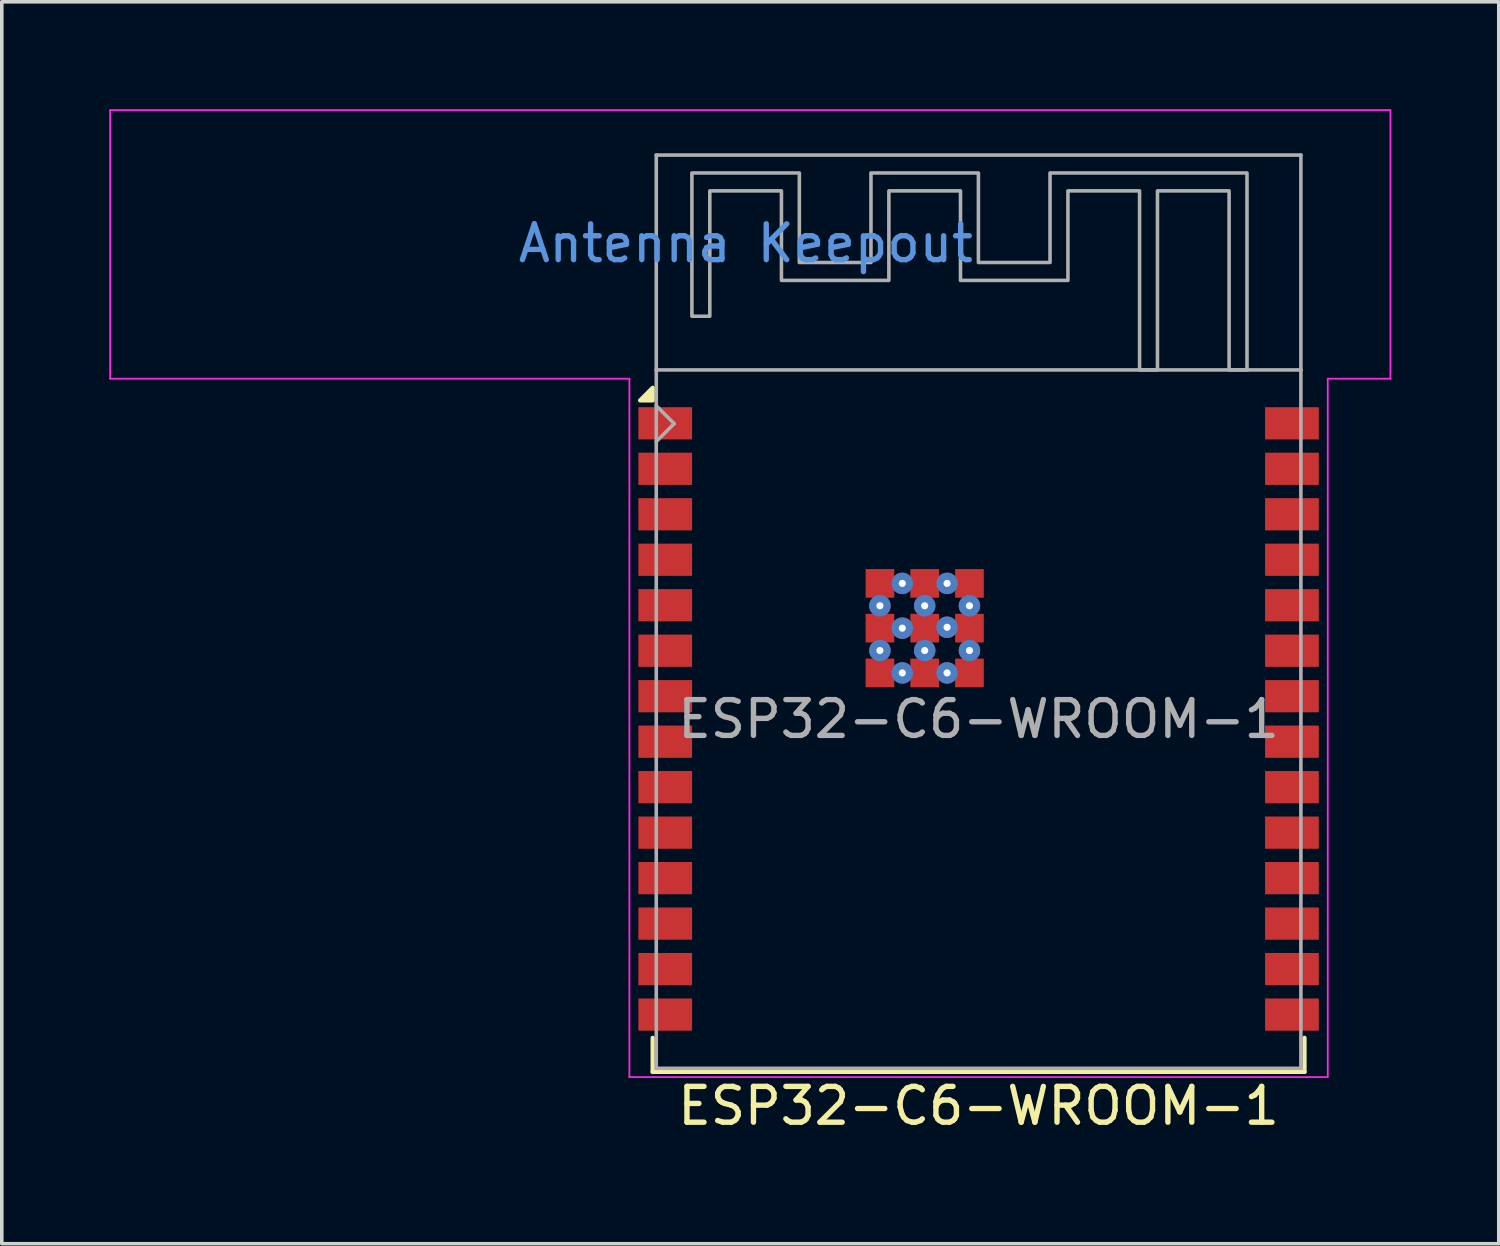
<source format=kicad_pcb>
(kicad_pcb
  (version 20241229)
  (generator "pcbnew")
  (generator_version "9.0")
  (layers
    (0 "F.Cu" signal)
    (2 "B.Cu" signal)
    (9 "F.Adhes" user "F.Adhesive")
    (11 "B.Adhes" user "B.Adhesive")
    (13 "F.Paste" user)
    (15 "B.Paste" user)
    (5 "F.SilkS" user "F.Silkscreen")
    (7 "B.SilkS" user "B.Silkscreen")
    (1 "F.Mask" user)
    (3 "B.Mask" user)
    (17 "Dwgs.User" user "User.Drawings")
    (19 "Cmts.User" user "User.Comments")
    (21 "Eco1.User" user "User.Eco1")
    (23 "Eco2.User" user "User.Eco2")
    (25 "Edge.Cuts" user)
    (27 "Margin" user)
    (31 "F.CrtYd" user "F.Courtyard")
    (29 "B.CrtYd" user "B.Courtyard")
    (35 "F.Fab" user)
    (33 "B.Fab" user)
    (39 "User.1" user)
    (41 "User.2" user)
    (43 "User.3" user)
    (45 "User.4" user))
  (footprint "ESP32-C6-WROOM-1"
    (layer "F.Cu")
    (at 24.275 17.025)
    (property "Reference" "ESP32-C6-WROOM-1" (at 0 10.805 0) (unlocked yes) (layer "F.SilkS") (effects (font (size 1 1) (thickness 0.15))))
    (attr smd)
    (fp_line (start -9.1 8.905) (end -9.1 9.855) (stroke (width 0.12) (type solid)) (layer "F.SilkS"))
    (fp_line (start -9.1 9.855) (end 9.1 9.855) (stroke (width 0.12) (type solid)) (layer "F.SilkS"))
    (fp_line (start 9.1 9.855) (end 9.1 8.905) (stroke (width 0.12) (type solid)) (layer "F.SilkS"))
    (fp_poly (pts (xy -9.1 -8.895) (xy -9.45 -8.895) (xy -9.1 -9.245)) (stroke (width 0.12) (type solid)) (fill yes) (layer "F.SilkS"))
    (fp_line (start -24.25 -17) (end -24.25 -9.5) (stroke (width 0.05) (type default)) (layer "F.CrtYd"))
    (fp_line (start -24.25 -17) (end 11.5 -17) (stroke (width 0.05) (type default)) (layer "F.CrtYd"))
    (fp_line (start -24.25 -9.5) (end -9.75 -9.5) (stroke (width 0.05) (type default)) (layer "F.CrtYd"))
    (fp_line (start -9.75 -9.5) (end -9.75 10) (stroke (width 0.05) (type default)) (layer "F.CrtYd"))
    (fp_line (start -9.75 10) (end 9.75 10) (stroke (width 0.05) (type default)) (layer "F.CrtYd"))
    (fp_line (start 9.75 -9.5) (end 9.75 10) (stroke (width 0.05) (type default)) (layer "F.CrtYd"))
    (fp_line (start 11.5 -17) (end 11.5 -9.5) (stroke (width 0.05) (type default)) (layer "F.CrtYd"))
    (fp_line (start 11.5 -9.5) (end 9.75 -9.5) (stroke (width 0.05) (type default)) (layer "F.CrtYd"))
    (fp_line (start -9 -15.745) (end 9 -15.745) (stroke (width 0.1) (type default)) (layer "F.Fab"))
    (fp_line (start -9 -9.745) (end -9 -15.745) (stroke (width 0.1) (type default)) (layer "F.Fab"))
    (fp_line (start -9 -9.745) (end -9 9.755) (stroke (width 0.1) (type default)) (layer "F.Fab"))
    (fp_line (start -9 -8.745) (end -8.5 -8.245) (stroke (width 0.1) (type default)) (layer "F.Fab"))
    (fp_line (start -9 9.755) (end 9 9.755) (stroke (width 0.1) (type default)) (layer "F.Fab"))
    (fp_line (start -8.5 -8.245) (end -9 -7.745) (stroke (width 0.1) (type default)) (layer "F.Fab"))
    (fp_line (start 9 -9.745) (end -9 -9.745) (stroke (width 0.1) (type default)) (layer "F.Fab"))
    (fp_line (start 9 -9.745) (end 9 -15.745) (stroke (width 0.1) (type default)) (layer "F.Fab"))
    (fp_line (start 9 9.755) (end 9 -9.745) (stroke (width 0.1) (type default)) (layer "F.Fab"))
    (fp_poly (pts (xy -5.005 -12.745) (xy -3.005 -12.745) (xy -3.005 -15.245) (xy -0.005 -15.245) (xy -0.005 -12.745) (xy 1.995 -12.745) (xy 1.995 -15.245) (xy 7.495 -15.245) (xy 7.495 -9.745) (xy 6.995 -9.745) (xy 6.995 -14.745) (xy 4.995 -14.745) (xy 4.995 -9.745) (xy 4.495 -9.745) (xy 4.495 -14.745) (xy 2.495 -14.745) (xy 2.495 -12.245) (xy -0.505 -12.245) (xy -0.505 -14.745) (xy -2.505 -14.745) (xy -2.505 -12.245) (xy -5.505 -12.245) (xy -5.505 -14.745) (xy -7.505 -14.745) (xy -7.505 -11.245) (xy -8.005 -11.245) (xy -8.005 -15.245) (xy -5.005 -15.245)) (stroke (width 0.1) (type solid)) (fill no) (layer "F.Fab"))
    (fp_text user "Antenna Keepout" (at -6.5 -12.695 0) (unlocked yes) (layer "Cmts.User") (effects (font (size 1 1) (thickness 0.15)) (justify bottom)))
    (fp_text user "${REFERENCE}" (at 0 0.005 0) (unlocked yes) (layer "F.Fab") (effects (font (size 1 1) (thickness 0.15))))
    (pad "1" smd rect (at -8.75 -8.255) (size 1.5 0.9) (layers "F.Cu" "F.Mask" "F.Paste"))
    (pad "2" smd rect (at -8.75 -6.985) (size 1.5 0.9) (layers "F.Cu" "F.Mask" "F.Paste"))
    (pad "3" smd rect (at -8.75 -5.715) (size 1.5 0.9) (layers "F.Cu" "F.Mask" "F.Paste"))
    (pad "4" smd rect (at -8.75 -4.445) (size 1.5 0.9) (layers "F.Cu" "F.Mask" "F.Paste"))
    (pad "5" smd rect (at -8.75 -3.175) (size 1.5 0.9) (layers "F.Cu" "F.Mask" "F.Paste"))
    (pad "6" smd rect (at -8.75 -1.905) (size 1.5 0.9) (layers "F.Cu" "F.Mask" "F.Paste"))
    (pad "7" smd rect (at -8.75 -0.635) (size 1.5 0.9) (layers "F.Cu" "F.Mask" "F.Paste"))
    (pad "8" smd rect (at -8.75 0.635) (size 1.5 0.9) (layers "F.Cu" "F.Mask" "F.Paste"))
    (pad "9" smd rect (at -8.75 1.905) (size 1.5 0.9) (layers "F.Cu" "F.Mask" "F.Paste"))
    (pad "10" smd rect (at -8.75 3.175) (size 1.5 0.9) (layers "F.Cu" "F.Mask" "F.Paste"))
    (pad "11" smd rect (at -8.75 4.445) (size 1.5 0.9) (layers "F.Cu" "F.Mask" "F.Paste"))
    (pad "12" smd rect (at -8.75 5.715) (size 1.5 0.9) (layers "F.Cu" "F.Mask" "F.Paste"))
    (pad "13" smd rect (at -8.75 6.985) (size 1.5 0.9) (layers "F.Cu" "F.Mask" "F.Paste"))
    (pad "14" smd rect (at -8.75 8.255) (size 1.5 0.9) (layers "F.Cu" "F.Mask" "F.Paste"))
    (pad "15" smd rect (at 8.75 8.255) (size 1.5 0.9) (layers "F.Cu" "F.Mask" "F.Paste"))
    (pad "16" smd rect (at 8.75 6.985) (size 1.5 0.9) (layers "F.Cu" "F.Mask" "F.Paste"))
    (pad "17" smd rect (at 8.75 5.715) (size 1.5 0.9) (layers "F.Cu" "F.Mask" "F.Paste"))
    (pad "18" smd rect (at 8.75 4.445) (size 1.5 0.9) (layers "F.Cu" "F.Mask" "F.Paste"))
    (pad "19" smd rect (at 8.75 3.175) (size 1.5 0.9) (layers "F.Cu" "F.Mask" "F.Paste"))
    (pad "20" smd rect (at 8.75 1.905) (size 1.5 0.9) (layers "F.Cu" "F.Mask" "F.Paste"))
    (pad "21" smd rect (at 8.75 0.635) (size 1.5 0.9) (layers "F.Cu" "F.Mask" "F.Paste"))
    (pad "22" smd rect (at 8.75 -0.635) (size 1.5 0.9) (layers "F.Cu" "F.Mask" "F.Paste"))
    (pad "23" smd rect (at 8.75 -1.905) (size 1.5 0.9) (layers "F.Cu" "F.Mask" "F.Paste"))
    (pad "24" smd rect (at 8.75 -3.175) (size 1.5 0.9) (layers "F.Cu" "F.Mask" "F.Paste"))
    (pad "25" smd rect (at 8.75 -4.445) (size 1.5 0.9) (layers "F.Cu" "F.Mask" "F.Paste"))
    (pad "26" smd rect (at 8.75 -5.715) (size 1.5 0.9) (layers "F.Cu" "F.Mask" "F.Paste"))
    (pad "27" smd rect (at 8.75 -6.985) (size 1.5 0.9) (layers "F.Cu" "F.Mask" "F.Paste"))
    (pad "28" smd rect (at 8.75 -8.255) (size 1.5 0.9) (layers "F.Cu" "F.Mask" "F.Paste"))
    (pad "29" smd rect (at -2.755 -3.785) (size 0.8 0.8) (layers "F.Cu" "F.Mask" "F.Paste"))
    (pad "29" thru_hole circle (at -2.755 -3.16) (size 0.6 0.6) (drill 0.2) (layers "*.Cu" "*.Mask"))
    (pad "29" smd rect (at -2.755 -2.535) (size 0.8 0.8) (layers "F.Cu" "F.Mask" "F.Paste"))
    (pad "29" thru_hole circle (at -2.755 -1.91) (size 0.6 0.6) (drill 0.2) (layers "*.Cu" "*.Mask"))
    (pad "29" smd rect (at -2.755 -1.285) (size 0.8 0.8) (layers "F.Cu" "F.Mask" "F.Paste"))
    (pad "29" thru_hole circle (at -2.13 -3.785) (size 0.6 0.6) (drill 0.2) (layers "*.Cu" "*.Mask"))
    (pad "29" thru_hole circle (at -2.13 -2.535) (size 0.6 0.6) (drill 0.2) (layers "*.Cu" "*.Mask"))
    (pad "29" thru_hole circle (at -2.13 -1.285) (size 0.6 0.6) (drill 0.2) (layers "*.Cu" "*.Mask"))
    (pad "29" smd rect (at -1.505 -3.785) (size 0.8 0.8) (layers "F.Cu" "F.Mask" "F.Paste"))
    (pad "29" thru_hole circle (at -1.505 -3.16) (size 0.6 0.6) (drill 0.2) (layers "*.Cu" "*.Mask"))
    (pad "29" smd rect (at -1.505 -2.535) (size 0.8 0.8) (layers "F.Cu" "F.Mask" "F.Paste"))
    (pad "29" thru_hole circle (at -1.505 -1.91) (size 0.6 0.6) (drill 0.2) (layers "*.Cu" "*.Mask"))
    (pad "29" smd rect (at -1.505 -1.285) (size 0.8 0.8) (layers "F.Cu" "F.Mask" "F.Paste"))
    (pad "29" thru_hole circle (at -0.88 -3.785) (size 0.6 0.6) (drill 0.2) (layers "*.Cu" "*.Mask"))
    (pad "29" thru_hole circle (at -0.88 -2.56) (size 0.6 0.6) (drill 0.2) (layers "*.Cu" "*.Mask"))
    (pad "29" thru_hole circle (at -0.88 -1.285) (size 0.6 0.6) (drill 0.2) (layers "*.Cu" "*.Mask"))
    (pad "29" smd rect (at -0.255 -3.785) (size 0.8 0.8) (layers "F.Cu" "F.Mask" "F.Paste"))
    (pad "29" thru_hole circle (at -0.255 -3.16) (size 0.6 0.6) (drill 0.2) (layers "*.Cu" "*.Mask"))
    (pad "29" smd rect (at -0.255 -2.535) (size 0.8 0.8) (layers "F.Cu" "F.Mask" "F.Paste"))
    (pad "29" thru_hole circle (at -0.255 -1.91) (size 0.6 0.6) (drill 0.2) (layers "*.Cu" "*.Mask"))
    (pad "29" smd rect (at -0.255 -1.285) (size 0.8 0.8) (layers "F.Cu" "F.Mask" "F.Paste"))
    (zone (net_name "") (layers "F.Cu" "B.Cu") (name "Antenna Keepout") (hatch full 0.5) (connect_pads) (min_thickness 0.25) (filled_areas_thickness no) (keepout (tracks not_allowed) (vias not_allowed) (pads not_allowed) (copperpour not_allowed) (footprints not_allowed)) (placement (enabled no)) (fill) (polygon (pts (xy 35.275 7.28) (xy 35.275 0.28) (xy 0.275 0.28) (xy 0.275 7.28)))))
  (gr_rect
    (start -3 -3)
    (end 38.8 31.678)
    (stroke (width 0.1) (type default))
    (fill no)
    (layer "Edge.Cuts")))
</source>
